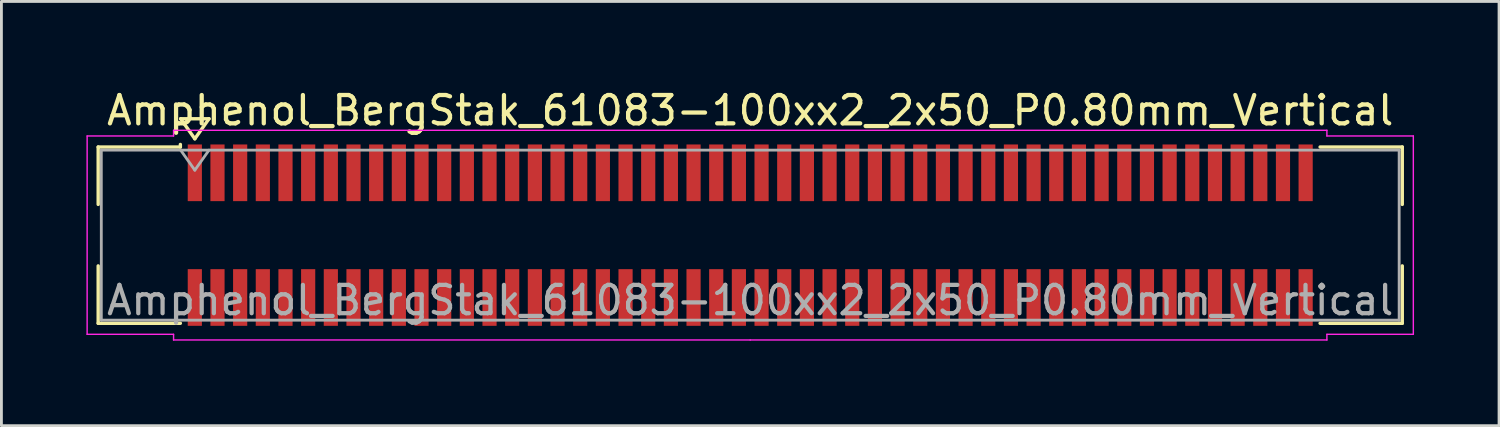
<source format=kicad_pcb>
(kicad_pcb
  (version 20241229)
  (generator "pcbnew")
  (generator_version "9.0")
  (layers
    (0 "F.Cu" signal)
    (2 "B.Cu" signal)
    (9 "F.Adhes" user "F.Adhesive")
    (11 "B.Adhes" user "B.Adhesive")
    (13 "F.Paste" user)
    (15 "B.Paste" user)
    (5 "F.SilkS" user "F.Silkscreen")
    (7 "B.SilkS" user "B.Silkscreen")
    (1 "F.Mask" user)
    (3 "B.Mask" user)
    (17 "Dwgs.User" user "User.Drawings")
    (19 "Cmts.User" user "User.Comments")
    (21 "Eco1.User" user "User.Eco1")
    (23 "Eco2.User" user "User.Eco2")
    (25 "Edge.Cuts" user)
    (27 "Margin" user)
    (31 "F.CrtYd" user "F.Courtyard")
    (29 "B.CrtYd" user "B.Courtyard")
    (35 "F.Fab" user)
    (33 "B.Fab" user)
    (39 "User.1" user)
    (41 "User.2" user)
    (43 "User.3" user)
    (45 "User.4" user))
  (footprint "Amphenol_BergStak_61083-100xx2_2x50_P0.80mm_Vertical"
    (layer "F.Cu")
    (at 23.425 5.248)
    (property "Reference" "Amphenol_BergStak_61083-100xx2_2x50_P0.80mm_Vertical" (at 0 -4.4 0) (layer "F.SilkS") (effects (font (size 1 1) (thickness 0.15))))
    (attr smd)
    (fp_line (start -23.01 -3.11) (end -20.11 -3.11) (stroke (width 0.12) (type solid)) (layer "F.SilkS"))
    (fp_line (start -23.01 -1.085) (end -23.01 -3.11) (stroke (width 0.12) (type solid)) (layer "F.SilkS"))
    (fp_line (start -23.01 1.085) (end -23.01 3.11) (stroke (width 0.12) (type solid)) (layer "F.SilkS"))
    (fp_line (start -23.01 3.11) (end -20.11 3.11) (stroke (width 0.12) (type solid)) (layer "F.SilkS"))
    (fp_line (start -20.11 -3.11) (end -20.11 -3.2) (stroke (width 0.12) (type solid)) (layer "F.SilkS"))
    (fp_line (start -20.1 -4.107) (end -19.6 -3.4) (stroke (width 0.12) (type solid)) (layer "F.SilkS"))
    (fp_line (start -19.6 -3.4) (end -19.1 -4.107) (stroke (width 0.12) (type solid)) (layer "F.SilkS"))
    (fp_line (start -19.1 -4.107) (end -20.1 -4.107) (stroke (width 0.12) (type solid)) (layer "F.SilkS"))
    (fp_line (start 23.01 -3.11) (end 20.11 -3.11) (stroke (width 0.12) (type solid)) (layer "F.SilkS"))
    (fp_line (start 23.01 -1.085) (end 23.01 -3.11) (stroke (width 0.12) (type solid)) (layer "F.SilkS"))
    (fp_line (start 23.01 1.085) (end 23.01 3.11) (stroke (width 0.12) (type solid)) (layer "F.SilkS"))
    (fp_line (start 23.01 3.11) (end 20.11 3.11) (stroke (width 0.12) (type solid)) (layer "F.SilkS"))
    (fp_line (start -23.4 -3.5) (end -23.4 3.5) (stroke (width 0.05) (type solid)) (layer "F.CrtYd"))
    (fp_line (start -23.4 3.5) (end -20.35 3.5) (stroke (width 0.05) (type solid)) (layer "F.CrtYd"))
    (fp_line (start -20.35 -3.7) (end -20.35 -3.5) (stroke (width 0.05) (type solid)) (layer "F.CrtYd"))
    (fp_line (start -20.35 -3.5) (end -23.4 -3.5) (stroke (width 0.05) (type solid)) (layer "F.CrtYd"))
    (fp_line (start -20.35 3.5) (end -20.35 3.7) (stroke (width 0.05) (type solid)) (layer "F.CrtYd"))
    (fp_line (start -20.35 3.7) (end 0 3.7) (stroke (width 0.05) (type solid)) (layer "F.CrtYd"))
    (fp_line (start 0 -3.7) (end -20.35 -3.7) (stroke (width 0.05) (type solid)) (layer "F.CrtYd"))
    (fp_line (start 0 -3.7) (end 20.35 -3.7) (stroke (width 0.05) (type solid)) (layer "F.CrtYd"))
    (fp_line (start 20.35 -3.7) (end 20.35 -3.5) (stroke (width 0.05) (type solid)) (layer "F.CrtYd"))
    (fp_line (start 20.35 -3.5) (end 23.4 -3.5) (stroke (width 0.05) (type solid)) (layer "F.CrtYd"))
    (fp_line (start 20.35 3.5) (end 20.35 3.7) (stroke (width 0.05) (type solid)) (layer "F.CrtYd"))
    (fp_line (start 20.35 3.7) (end 0 3.7) (stroke (width 0.05) (type solid)) (layer "F.CrtYd"))
    (fp_line (start 23.4 -3.5) (end 23.4 3.5) (stroke (width 0.05) (type solid)) (layer "F.CrtYd"))
    (fp_line (start 23.4 3.5) (end 20.35 3.5) (stroke (width 0.05) (type solid)) (layer "F.CrtYd"))
    (fp_line (start -22.9 -3) (end -22.9 3) (stroke (width 0.1) (type solid)) (layer "F.Fab"))
    (fp_line (start -22.9 3) (end 22.9 3) (stroke (width 0.1) (type solid)) (layer "F.Fab"))
    (fp_line (start -20.1 -3) (end -19.6 -2.293) (stroke (width 0.1) (type solid)) (layer "F.Fab"))
    (fp_line (start -19.6 -2.293) (end -19.1 -3) (stroke (width 0.1) (type solid)) (layer "F.Fab"))
    (fp_line (start 22.9 -3) (end -22.9 -3) (stroke (width 0.1) (type solid)) (layer "F.Fab"))
    (fp_line (start 22.9 3) (end 22.9 -3) (stroke (width 0.1) (type solid)) (layer "F.Fab"))
    (fp_text user "${REFERENCE}" (at 0 2.3 0) (layer "F.Fab") (effects (font (size 1 1) (thickness 0.15))))
    (pad "1" smd rect (at -19.6 -2.2) (size 0.5 2) (layers "F.Cu" "F.Mask" "F.Paste"))
    (pad "2" smd rect (at -19.6 2.2) (size 0.5 2) (layers "F.Cu" "F.Mask" "F.Paste"))
    (pad "3" smd rect (at -18.8 -2.2) (size 0.5 2) (layers "F.Cu" "F.Mask" "F.Paste"))
    (pad "4" smd rect (at -18.8 2.2) (size 0.5 2) (layers "F.Cu" "F.Mask" "F.Paste"))
    (pad "5" smd rect (at -18 -2.2) (size 0.5 2) (layers "F.Cu" "F.Mask" "F.Paste"))
    (pad "6" smd rect (at -18 2.2) (size 0.5 2) (layers "F.Cu" "F.Mask" "F.Paste"))
    (pad "7" smd rect (at -17.2 -2.2) (size 0.5 2) (layers "F.Cu" "F.Mask" "F.Paste"))
    (pad "8" smd rect (at -17.2 2.2) (size 0.5 2) (layers "F.Cu" "F.Mask" "F.Paste"))
    (pad "9" smd rect (at -16.4 -2.2) (size 0.5 2) (layers "F.Cu" "F.Mask" "F.Paste"))
    (pad "10" smd rect (at -16.4 2.2) (size 0.5 2) (layers "F.Cu" "F.Mask" "F.Paste"))
    (pad "11" smd rect (at -15.6 -2.2) (size 0.5 2) (layers "F.Cu" "F.Mask" "F.Paste"))
    (pad "12" smd rect (at -15.6 2.2) (size 0.5 2) (layers "F.Cu" "F.Mask" "F.Paste"))
    (pad "13" smd rect (at -14.8 -2.2) (size 0.5 2) (layers "F.Cu" "F.Mask" "F.Paste"))
    (pad "14" smd rect (at -14.8 2.2) (size 0.5 2) (layers "F.Cu" "F.Mask" "F.Paste"))
    (pad "15" smd rect (at -14 -2.2) (size 0.5 2) (layers "F.Cu" "F.Mask" "F.Paste"))
    (pad "16" smd rect (at -14 2.2) (size 0.5 2) (layers "F.Cu" "F.Mask" "F.Paste"))
    (pad "17" smd rect (at -13.2 -2.2) (size 0.5 2) (layers "F.Cu" "F.Mask" "F.Paste"))
    (pad "18" smd rect (at -13.2 2.2) (size 0.5 2) (layers "F.Cu" "F.Mask" "F.Paste"))
    (pad "19" smd rect (at -12.4 -2.2) (size 0.5 2) (layers "F.Cu" "F.Mask" "F.Paste"))
    (pad "20" smd rect (at -12.4 2.2) (size 0.5 2) (layers "F.Cu" "F.Mask" "F.Paste"))
    (pad "21" smd rect (at -11.6 -2.2) (size 0.5 2) (layers "F.Cu" "F.Mask" "F.Paste"))
    (pad "22" smd rect (at -11.6 2.2) (size 0.5 2) (layers "F.Cu" "F.Mask" "F.Paste"))
    (pad "23" smd rect (at -10.8 -2.2) (size 0.5 2) (layers "F.Cu" "F.Mask" "F.Paste"))
    (pad "24" smd rect (at -10.8 2.2) (size 0.5 2) (layers "F.Cu" "F.Mask" "F.Paste"))
    (pad "25" smd rect (at -10 -2.2) (size 0.5 2) (layers "F.Cu" "F.Mask" "F.Paste"))
    (pad "26" smd rect (at -10 2.2) (size 0.5 2) (layers "F.Cu" "F.Mask" "F.Paste"))
    (pad "27" smd rect (at -9.2 -2.2) (size 0.5 2) (layers "F.Cu" "F.Mask" "F.Paste"))
    (pad "28" smd rect (at -9.2 2.2) (size 0.5 2) (layers "F.Cu" "F.Mask" "F.Paste"))
    (pad "29" smd rect (at -8.4 -2.2) (size 0.5 2) (layers "F.Cu" "F.Mask" "F.Paste"))
    (pad "30" smd rect (at -8.4 2.2) (size 0.5 2) (layers "F.Cu" "F.Mask" "F.Paste"))
    (pad "31" smd rect (at -7.6 -2.2) (size 0.5 2) (layers "F.Cu" "F.Mask" "F.Paste"))
    (pad "32" smd rect (at -7.6 2.2) (size 0.5 2) (layers "F.Cu" "F.Mask" "F.Paste"))
    (pad "33" smd rect (at -6.8 -2.2) (size 0.5 2) (layers "F.Cu" "F.Mask" "F.Paste"))
    (pad "34" smd rect (at -6.8 2.2) (size 0.5 2) (layers "F.Cu" "F.Mask" "F.Paste"))
    (pad "35" smd rect (at -6 -2.2) (size 0.5 2) (layers "F.Cu" "F.Mask" "F.Paste"))
    (pad "36" smd rect (at -6 2.2) (size 0.5 2) (layers "F.Cu" "F.Mask" "F.Paste"))
    (pad "37" smd rect (at -5.2 -2.2) (size 0.5 2) (layers "F.Cu" "F.Mask" "F.Paste"))
    (pad "38" smd rect (at -5.2 2.2) (size 0.5 2) (layers "F.Cu" "F.Mask" "F.Paste"))
    (pad "39" smd rect (at -4.4 -2.2) (size 0.5 2) (layers "F.Cu" "F.Mask" "F.Paste"))
    (pad "40" smd rect (at -4.4 2.2) (size 0.5 2) (layers "F.Cu" "F.Mask" "F.Paste"))
    (pad "41" smd rect (at -3.6 -2.2) (size 0.5 2) (layers "F.Cu" "F.Mask" "F.Paste"))
    (pad "42" smd rect (at -3.6 2.2) (size 0.5 2) (layers "F.Cu" "F.Mask" "F.Paste"))
    (pad "43" smd rect (at -2.8 -2.2) (size 0.5 2) (layers "F.Cu" "F.Mask" "F.Paste"))
    (pad "44" smd rect (at -2.8 2.2) (size 0.5 2) (layers "F.Cu" "F.Mask" "F.Paste"))
    (pad "45" smd rect (at -2 -2.2) (size 0.5 2) (layers "F.Cu" "F.Mask" "F.Paste"))
    (pad "46" smd rect (at -2 2.2) (size 0.5 2) (layers "F.Cu" "F.Mask" "F.Paste"))
    (pad "47" smd rect (at -1.2 -2.2) (size 0.5 2) (layers "F.Cu" "F.Mask" "F.Paste"))
    (pad "48" smd rect (at -1.2 2.2) (size 0.5 2) (layers "F.Cu" "F.Mask" "F.Paste"))
    (pad "49" smd rect (at -0.4 -2.2) (size 0.5 2) (layers "F.Cu" "F.Mask" "F.Paste"))
    (pad "50" smd rect (at -0.4 2.2) (size 0.5 2) (layers "F.Cu" "F.Mask" "F.Paste"))
    (pad "51" smd rect (at 0.4 -2.2) (size 0.5 2) (layers "F.Cu" "F.Mask" "F.Paste"))
    (pad "52" smd rect (at 0.4 2.2) (size 0.5 2) (layers "F.Cu" "F.Mask" "F.Paste"))
    (pad "53" smd rect (at 1.2 -2.2) (size 0.5 2) (layers "F.Cu" "F.Mask" "F.Paste"))
    (pad "54" smd rect (at 1.2 2.2) (size 0.5 2) (layers "F.Cu" "F.Mask" "F.Paste"))
    (pad "55" smd rect (at 2 -2.2) (size 0.5 2) (layers "F.Cu" "F.Mask" "F.Paste"))
    (pad "56" smd rect (at 2 2.2) (size 0.5 2) (layers "F.Cu" "F.Mask" "F.Paste"))
    (pad "57" smd rect (at 2.8 -2.2) (size 0.5 2) (layers "F.Cu" "F.Mask" "F.Paste"))
    (pad "58" smd rect (at 2.8 2.2) (size 0.5 2) (layers "F.Cu" "F.Mask" "F.Paste"))
    (pad "59" smd rect (at 3.6 -2.2) (size 0.5 2) (layers "F.Cu" "F.Mask" "F.Paste"))
    (pad "60" smd rect (at 3.6 2.2) (size 0.5 2) (layers "F.Cu" "F.Mask" "F.Paste"))
    (pad "61" smd rect (at 4.4 -2.2) (size 0.5 2) (layers "F.Cu" "F.Mask" "F.Paste"))
    (pad "62" smd rect (at 4.4 2.2) (size 0.5 2) (layers "F.Cu" "F.Mask" "F.Paste"))
    (pad "63" smd rect (at 5.2 -2.2) (size 0.5 2) (layers "F.Cu" "F.Mask" "F.Paste"))
    (pad "64" smd rect (at 5.2 2.2) (size 0.5 2) (layers "F.Cu" "F.Mask" "F.Paste"))
    (pad "65" smd rect (at 6 -2.2) (size 0.5 2) (layers "F.Cu" "F.Mask" "F.Paste"))
    (pad "66" smd rect (at 6 2.2) (size 0.5 2) (layers "F.Cu" "F.Mask" "F.Paste"))
    (pad "67" smd rect (at 6.8 -2.2) (size 0.5 2) (layers "F.Cu" "F.Mask" "F.Paste"))
    (pad "68" smd rect (at 6.8 2.2) (size 0.5 2) (layers "F.Cu" "F.Mask" "F.Paste"))
    (pad "69" smd rect (at 7.6 -2.2) (size 0.5 2) (layers "F.Cu" "F.Mask" "F.Paste"))
    (pad "70" smd rect (at 7.6 2.2) (size 0.5 2) (layers "F.Cu" "F.Mask" "F.Paste"))
    (pad "71" smd rect (at 8.4 -2.2) (size 0.5 2) (layers "F.Cu" "F.Mask" "F.Paste"))
    (pad "72" smd rect (at 8.4 2.2) (size 0.5 2) (layers "F.Cu" "F.Mask" "F.Paste"))
    (pad "73" smd rect (at 9.2 -2.2) (size 0.5 2) (layers "F.Cu" "F.Mask" "F.Paste"))
    (pad "74" smd rect (at 9.2 2.2) (size 0.5 2) (layers "F.Cu" "F.Mask" "F.Paste"))
    (pad "75" smd rect (at 10 -2.2) (size 0.5 2) (layers "F.Cu" "F.Mask" "F.Paste"))
    (pad "76" smd rect (at 10 2.2) (size 0.5 2) (layers "F.Cu" "F.Mask" "F.Paste"))
    (pad "77" smd rect (at 10.8 -2.2) (size 0.5 2) (layers "F.Cu" "F.Mask" "F.Paste"))
    (pad "78" smd rect (at 10.8 2.2) (size 0.5 2) (layers "F.Cu" "F.Mask" "F.Paste"))
    (pad "79" smd rect (at 11.6 -2.2) (size 0.5 2) (layers "F.Cu" "F.Mask" "F.Paste"))
    (pad "80" smd rect (at 11.6 2.2) (size 0.5 2) (layers "F.Cu" "F.Mask" "F.Paste"))
    (pad "81" smd rect (at 12.4 -2.2) (size 0.5 2) (layers "F.Cu" "F.Mask" "F.Paste"))
    (pad "82" smd rect (at 12.4 2.2) (size 0.5 2) (layers "F.Cu" "F.Mask" "F.Paste"))
    (pad "83" smd rect (at 13.2 -2.2) (size 0.5 2) (layers "F.Cu" "F.Mask" "F.Paste"))
    (pad "84" smd rect (at 13.2 2.2) (size 0.5 2) (layers "F.Cu" "F.Mask" "F.Paste"))
    (pad "85" smd rect (at 14 -2.2) (size 0.5 2) (layers "F.Cu" "F.Mask" "F.Paste"))
    (pad "86" smd rect (at 14 2.2) (size 0.5 2) (layers "F.Cu" "F.Mask" "F.Paste"))
    (pad "87" smd rect (at 14.8 -2.2) (size 0.5 2) (layers "F.Cu" "F.Mask" "F.Paste"))
    (pad "88" smd rect (at 14.8 2.2) (size 0.5 2) (layers "F.Cu" "F.Mask" "F.Paste"))
    (pad "89" smd rect (at 15.6 -2.2) (size 0.5 2) (layers "F.Cu" "F.Mask" "F.Paste"))
    (pad "90" smd rect (at 15.6 2.2) (size 0.5 2) (layers "F.Cu" "F.Mask" "F.Paste"))
    (pad "91" smd rect (at 16.4 -2.2) (size 0.5 2) (layers "F.Cu" "F.Mask" "F.Paste"))
    (pad "92" smd rect (at 16.4 2.2) (size 0.5 2) (layers "F.Cu" "F.Mask" "F.Paste"))
    (pad "93" smd rect (at 17.2 -2.2) (size 0.5 2) (layers "F.Cu" "F.Mask" "F.Paste"))
    (pad "94" smd rect (at 17.2 2.2) (size 0.5 2) (layers "F.Cu" "F.Mask" "F.Paste"))
    (pad "95" smd rect (at 18 -2.2) (size 0.5 2) (layers "F.Cu" "F.Mask" "F.Paste"))
    (pad "96" smd rect (at 18 2.2) (size 0.5 2) (layers "F.Cu" "F.Mask" "F.Paste"))
    (pad "97" smd rect (at 18.8 -2.2) (size 0.5 2) (layers "F.Cu" "F.Mask" "F.Paste"))
    (pad "98" smd rect (at 18.8 2.2) (size 0.5 2) (layers "F.Cu" "F.Mask" "F.Paste"))
    (pad "99" smd rect (at 19.6 -2.2) (size 0.5 2) (layers "F.Cu" "F.Mask" "F.Paste"))
    (pad "100" smd rect (at 19.6 2.2) (size 0.5 2) (layers "F.Cu" "F.Mask" "F.Paste")))
  (gr_rect
    (start -3 -3)
    (end 49.85 11.973)
    (stroke (width 0.1) (type default))
    (fill no)
    (layer "Edge.Cuts")))
</source>
